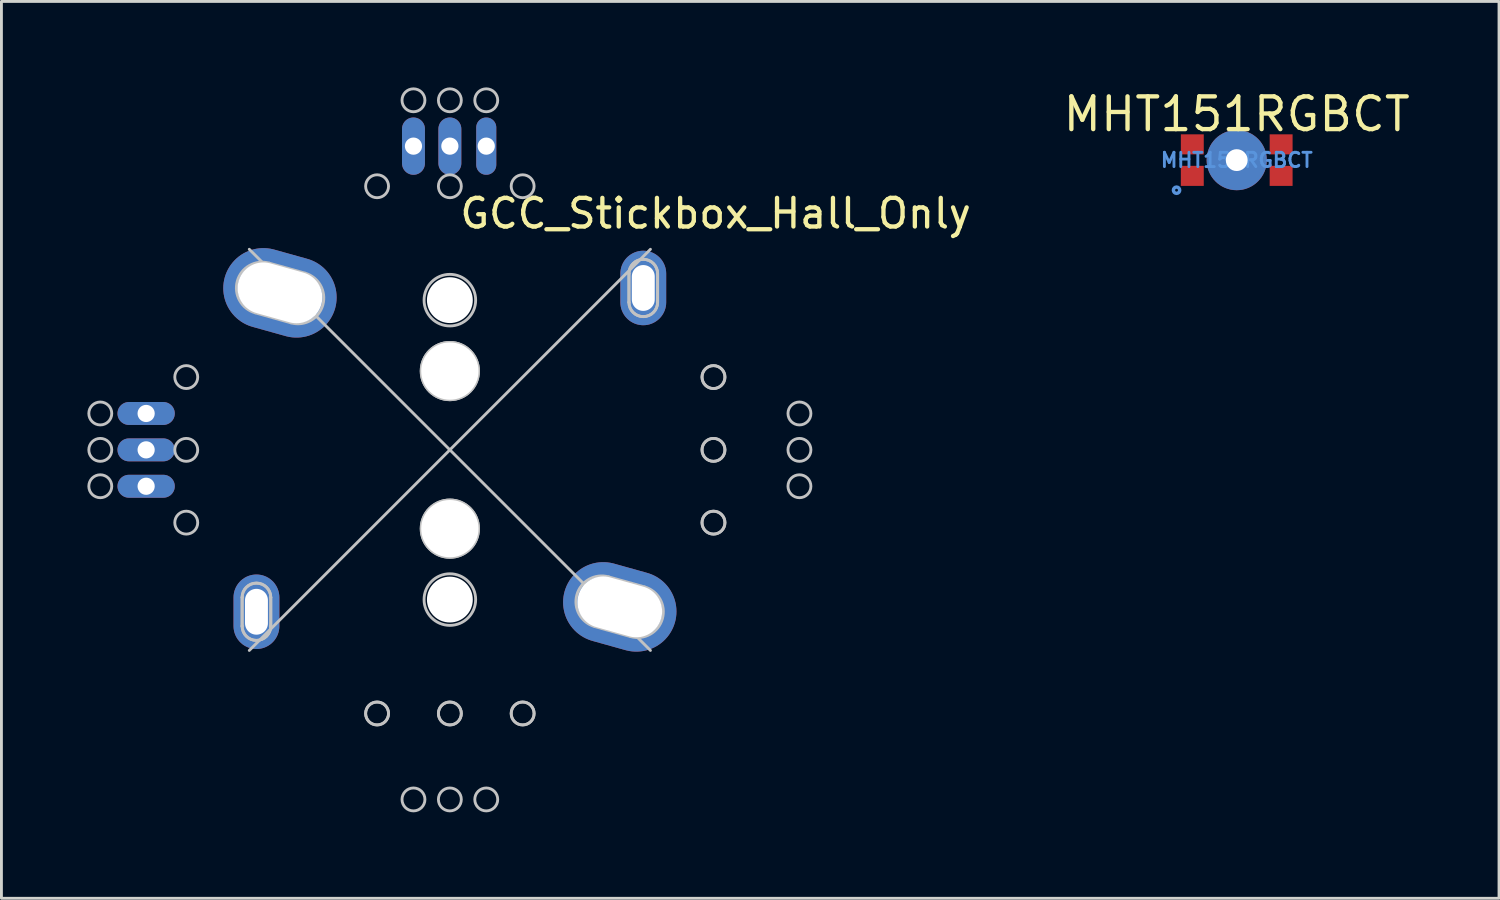
<source format=kicad_pcb>
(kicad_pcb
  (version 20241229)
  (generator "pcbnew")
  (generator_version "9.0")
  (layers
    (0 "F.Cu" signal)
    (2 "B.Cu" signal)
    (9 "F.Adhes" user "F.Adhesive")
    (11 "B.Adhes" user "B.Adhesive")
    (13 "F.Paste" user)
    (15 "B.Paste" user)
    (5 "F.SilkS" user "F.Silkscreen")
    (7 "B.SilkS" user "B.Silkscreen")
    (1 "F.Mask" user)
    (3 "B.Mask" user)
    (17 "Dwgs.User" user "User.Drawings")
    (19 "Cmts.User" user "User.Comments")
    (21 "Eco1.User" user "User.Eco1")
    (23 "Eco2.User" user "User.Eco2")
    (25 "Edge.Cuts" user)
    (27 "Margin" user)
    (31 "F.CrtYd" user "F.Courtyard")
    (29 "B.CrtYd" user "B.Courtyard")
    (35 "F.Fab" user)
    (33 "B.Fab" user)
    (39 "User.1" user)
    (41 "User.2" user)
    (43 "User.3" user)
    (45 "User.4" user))
  (footprint "MHT151RGBCT"
    (layer "F.Cu")
    (at 40.111 2.538)
    (property "Reference" "MHT151RGBCT" (at -0.001 -1.603 0) (layer "F.SilkS") (effects (font (size 1.143 1.143) (thickness 0.152))))
    (attr smd)
    (fp_circle (center -2.1 1.05) (end -2.05 1.05) (stroke (width 0.12) (type solid)) (fill no) (layer "Cmts.User"))
    (fp_text user "MHT151RGBCT" (at 0 0 0) (layer "Cmts.User") (effects (font (size 0.5 0.5) (thickness 0.1))))
    (pad "" np_thru_hole circle (at 0 0) (size 2.1 2.1) (drill 0.762) (layers "*.Cu" "*.Mask"))
    (pad "1" smd rect (at -1.55 -0.55) (size 0.8 0.7) (layers "F.Cu" "F.Mask" "F.Paste"))
    (pad "2" smd rect (at -1.55 0.55) (size 0.8 0.7) (layers "F.Cu" "F.Mask" "F.Paste"))
    (pad "3" smd rect (at 1.55 0.55) (size 0.8 0.7) (layers "F.Cu" "F.Mask" "F.Paste"))
    (pad "4" smd rect (at 1.55 -0.55) (size 0.8 0.7) (layers "F.Cu" "F.Mask" "F.Paste")))
  (footprint "GCC_Stickbox_Hall_Only"
    (layer "F.Cu")
    (at 12.65 12.65)
    (property "Reference" "GCC_Stickbox_Hall_Only" (at 9.275 -8.25 0) (layer "F.SilkS") (effects (font (size 1 1) (thickness 0.15))))
    (attr through_hole)
    (fp_line (start -7.25 5.15) (end -7.25 6.15) (stroke (width 0.1) (type solid)) (layer "Dwgs.User"))
    (fp_line (start -7.25 5.15) (end -7.25 6.15) (stroke (width 0.1) (type solid)) (layer "Dwgs.User"))
    (fp_line (start -7 -7) (end 7 7) (stroke (width 0.1) (type solid)) (layer "Dwgs.User"))
    (fp_line (start -6.793 -4.783) (end -5.543 -4.433) (stroke (width 0.1) (type solid)) (layer "Dwgs.User"))
    (fp_line (start -6.25 5.15) (end -6.25 6.15) (stroke (width 0.1) (type solid)) (layer "Dwgs.User"))
    (fp_line (start -6.25 6.15) (end -6.25 5.15) (stroke (width 0.1) (type solid)) (layer "Dwgs.User"))
    (fp_line (start -5.057 -6.167) (end -6.307 -6.517) (stroke (width 0.1) (type solid)) (layer "Dwgs.User"))
    (fp_line (start 5.057 6.167) (end 6.307 6.517) (stroke (width 0.1) (type solid)) (layer "Dwgs.User"))
    (fp_line (start 6.25 -6.15) (end 6.25 -5.15) (stroke (width 0.1) (type solid)) (layer "Dwgs.User"))
    (fp_line (start 6.25 -6.15) (end 6.25 -5.15) (stroke (width 0.1) (type solid)) (layer "Dwgs.User"))
    (fp_line (start 6.793 4.783) (end 5.543 4.433) (stroke (width 0.1) (type solid)) (layer "Dwgs.User"))
    (fp_line (start 7 -7) (end -7 7) (stroke (width 0.1) (type solid)) (layer "Dwgs.User"))
    (fp_line (start 7.25 -6.15) (end 7.25 -5.15) (stroke (width 0.1) (type solid)) (layer "Dwgs.User"))
    (fp_line (start 7.25 -5.15) (end 7.25 -6.15) (stroke (width 0.1) (type solid)) (layer "Dwgs.User"))
    (fp_arc (start -7.25 5.15) (mid -6.75 4.65) (end -6.25 5.15) (stroke (width 0.1) (type solid)) (layer "Dwgs.User"))
    (fp_arc (start -7.25 5.15) (mid -6.75 4.65) (end -6.25 5.15) (stroke (width 0.1) (type solid)) (layer "Dwgs.User"))
    (fp_arc (start -6.792666 -4.783332) (mid -7.416668 -5.892666) (end -6.307334 -6.516668) (stroke (width 0.1) (type solid)) (layer "Dwgs.User"))
    (fp_arc (start -6.25 6.15) (mid -6.75 6.65) (end -7.25 6.15) (stroke (width 0.1) (type solid)) (layer "Dwgs.User"))
    (fp_arc (start -6.25 6.15) (mid -6.75 6.65) (end -7.25 6.15) (stroke (width 0.1) (type solid)) (layer "Dwgs.User"))
    (fp_arc (start -5.057333 -6.166667) (mid -4.433333 -5.057333) (end -5.542667 -4.433333) (stroke (width 0.1) (type solid)) (layer "Dwgs.User"))
    (fp_arc (start 5.057334 6.166668) (mid 4.433332 5.057334) (end 5.542666 4.433332) (stroke (width 0.1) (type solid)) (layer "Dwgs.User"))
    (fp_arc (start 6.25 -6.15) (mid 6.75 -6.65) (end 7.25 -6.15) (stroke (width 0.1) (type solid)) (layer "Dwgs.User"))
    (fp_arc (start 6.25 -6.15) (mid 6.75 -6.65) (end 7.25 -6.15) (stroke (width 0.1) (type solid)) (layer "Dwgs.User"))
    (fp_arc (start 6.792667 4.783333) (mid 7.416667 5.892667) (end 6.307333 6.516667) (stroke (width 0.1) (type solid)) (layer "Dwgs.User"))
    (fp_arc (start 7.25 -5.15) (mid 6.75 -4.65) (end 6.25 -5.15) (stroke (width 0.1) (type solid)) (layer "Dwgs.User"))
    (fp_arc (start 7.25 -5.15) (mid 6.75 -4.65) (end 6.25 -5.15) (stroke (width 0.1) (type solid)) (layer "Dwgs.User"))
    (fp_circle (center -12.2 -1.27) (end -11.8 -1.27) (stroke (width 0.1) (type solid)) (fill no) (layer "Dwgs.User"))
    (fp_circle (center -12.2 0) (end -11.8 0) (stroke (width 0.1) (type solid)) (fill no) (layer "Dwgs.User"))
    (fp_circle (center -12.2 1.27) (end -11.8 1.27) (stroke (width 0.1) (type solid)) (fill no) (layer "Dwgs.User"))
    (fp_circle (center -9.2 -2.54) (end -8.8 -2.54) (stroke (width 0.1) (type solid)) (fill no) (layer "Dwgs.User"))
    (fp_circle (center -9.2 0) (end -8.8 0) (stroke (width 0.1) (type solid)) (fill no) (layer "Dwgs.User"))
    (fp_circle (center -9.2 2.54) (end -8.8 2.54) (stroke (width 0.1) (type solid)) (fill no) (layer "Dwgs.User"))
    (fp_circle (center -2.54 -9.2) (end -2.14 -9.2) (stroke (width 0.1) (type solid)) (fill no) (layer "Dwgs.User"))
    (fp_circle (center -2.54 9.2) (end -2.14 9.2) (stroke (width 0.1) (type solid)) (fill no) (layer "Dwgs.User"))
    (fp_circle (center -2.54 9.2) (end -2.14 9.2) (stroke (width 0.1) (type solid)) (fill no) (layer "Dwgs.User"))
    (fp_circle (center -1.27 -12.2) (end -0.87 -12.2) (stroke (width 0.1) (type solid)) (fill no) (layer "Dwgs.User"))
    (fp_circle (center -1.27 12.2) (end -0.87 12.2) (stroke (width 0.1) (type solid)) (fill no) (layer "Dwgs.User"))
    (fp_circle (center 0 -12.2) (end 0.4 -12.2) (stroke (width 0.1) (type solid)) (fill no) (layer "Dwgs.User"))
    (fp_circle (center 0 -9.2) (end 0.4 -9.2) (stroke (width 0.1) (type solid)) (fill no) (layer "Dwgs.User"))
    (fp_circle (center 0 -5.225) (end 0.9 -5.225) (stroke (width 0.1) (type solid)) (fill no) (layer "Dwgs.User"))
    (fp_circle (center 0 -2.75) (end 1 -2.75) (stroke (width 0.1) (type solid)) (fill no) (layer "Dwgs.User"))
    (fp_circle (center 0 -2.75) (end 1 -2.75) (stroke (width 0.1) (type solid)) (fill no) (layer "Dwgs.User"))
    (fp_circle (center 0 2.75) (end 1 2.75) (stroke (width 0.1) (type solid)) (fill no) (layer "Dwgs.User"))
    (fp_circle (center 0 2.75) (end 1 2.75) (stroke (width 0.1) (type solid)) (fill no) (layer "Dwgs.User"))
    (fp_circle (center 0 5.225) (end 0.9 5.225) (stroke (width 0.1) (type solid)) (fill no) (layer "Dwgs.User"))
    (fp_circle (center 0 9.2) (end 0.4 9.2) (stroke (width 0.1) (type solid)) (fill no) (layer "Dwgs.User"))
    (fp_circle (center 0 9.2) (end 0.4 9.2) (stroke (width 0.1) (type solid)) (fill no) (layer "Dwgs.User"))
    (fp_circle (center 0 12.2) (end 0.4 12.2) (stroke (width 0.1) (type solid)) (fill no) (layer "Dwgs.User"))
    (fp_circle (center 1.27 -12.2) (end 1.67 -12.2) (stroke (width 0.1) (type solid)) (fill no) (layer "Dwgs.User"))
    (fp_circle (center 1.27 12.2) (end 1.67 12.2) (stroke (width 0.1) (type solid)) (fill no) (layer "Dwgs.User"))
    (fp_circle (center 2.54 -9.2) (end 2.94 -9.2) (stroke (width 0.1) (type solid)) (fill no) (layer "Dwgs.User"))
    (fp_circle (center 2.54 9.2) (end 2.94 9.2) (stroke (width 0.1) (type solid)) (fill no) (layer "Dwgs.User"))
    (fp_circle (center 2.54 9.2) (end 2.94 9.2) (stroke (width 0.1) (type solid)) (fill no) (layer "Dwgs.User"))
    (fp_circle (center 9.2 -2.54) (end 9.6 -2.54) (stroke (width 0.1) (type solid)) (fill no) (layer "Dwgs.User"))
    (fp_circle (center 9.2 -2.54) (end 9.6 -2.54) (stroke (width 0.1) (type solid)) (fill no) (layer "Dwgs.User"))
    (fp_circle (center 9.2 0) (end 9.6 0) (stroke (width 0.1) (type solid)) (fill no) (layer "Dwgs.User"))
    (fp_circle (center 9.2 0) (end 9.6 0) (stroke (width 0.1) (type solid)) (fill no) (layer "Dwgs.User"))
    (fp_circle (center 9.2 2.54) (end 9.6 2.54) (stroke (width 0.1) (type solid)) (fill no) (layer "Dwgs.User"))
    (fp_circle (center 9.2 2.54) (end 9.6 2.54) (stroke (width 0.1) (type solid)) (fill no) (layer "Dwgs.User"))
    (fp_circle (center 12.2 -1.27) (end 12.6 -1.27) (stroke (width 0.1) (type solid)) (fill no) (layer "Dwgs.User"))
    (fp_circle (center 12.2 0) (end 12.6 0) (stroke (width 0.1) (type solid)) (fill no) (layer "Dwgs.User"))
    (fp_circle (center 12.2 1.27) (end 12.6 1.27) (stroke (width 0.1) (type solid)) (fill no) (layer "Dwgs.User"))
    (pad "" thru_hole oval (at -6.75 5.65) (size 1.6 2.6) (drill oval 0.8 1.6) (layers "*.Cu" "*.Mask"))
    (pad "" thru_hole oval (at -5.93 -5.48 74.4) (size 2.8 4) (drill oval 1.8 3) (layers "*.Cu" "*.Mask"))
    (pad "" np_thru_hole circle (at 0 -5.225) (size 1.6 1.6) (drill 1.6) (layers "*.Cu" "*.Mask"))
    (pad "" np_thru_hole circle (at 0 -2.75) (size 2 2) (drill 2) (layers "*.Cu" "*.Mask"))
    (pad "" np_thru_hole circle (at 0 2.75) (size 2 2) (drill 2) (layers "*.Cu" "*.Mask"))
    (pad "" np_thru_hole circle (at 0 5.225) (size 1.6 1.6) (drill 1.6) (layers "*.Cu" "*.Mask"))
    (pad "" thru_hole oval (at 5.93 5.48 74.4) (size 2.8 4) (drill oval 1.8 3) (layers "*.Cu" "*.Mask"))
    (pad "" thru_hole oval (at 6.75 -5.65) (size 1.6 2.6) (drill oval 0.8 1.6) (layers "*.Cu" "*.Mask"))
    (pad "1" thru_hole oval (at 1.27 -10.6) (size 0.7 2) (drill 0.6) (layers "*.Cu" "*.Mask"))
    (pad "2" thru_hole oval (at 0 -10.6) (size 0.8 2) (drill 0.6) (layers "*.Cu" "*.Mask"))
    (pad "3" thru_hole oval (at -1.27 -10.6) (size 0.8 2) (drill 0.6) (layers "*.Cu" "*.Mask"))
    (pad "4" thru_hole oval (at -10.6 -1.27 90) (size 0.8 2) (drill 0.6) (layers "*.Cu" "*.Mask"))
    (pad "5" thru_hole oval (at -10.6 0 90) (size 0.8 2) (drill 0.6) (layers "*.Cu" "*.Mask"))
    (pad "6" thru_hole oval (at -10.6 1.27 90) (size 0.8 2) (drill 0.6) (layers "*.Cu" "*.Mask")))
  (gr_rect
    (start -3 -3)
    (end 49.265 28.3)
    (stroke (width 0.1) (type default))
    (fill no)
    (layer "Edge.Cuts")))
</source>
